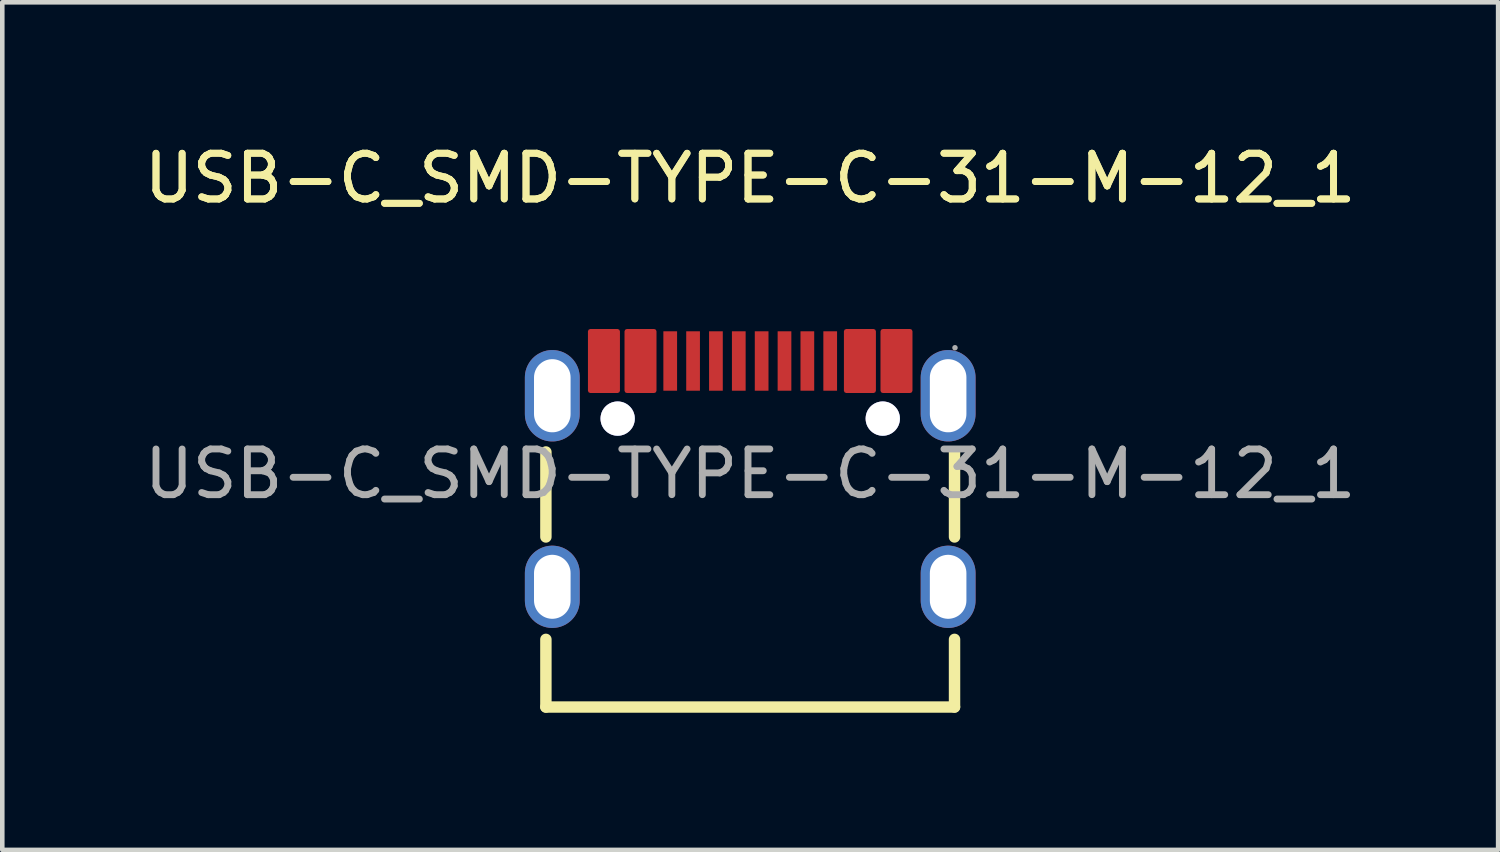
<source format=kicad_pcb>
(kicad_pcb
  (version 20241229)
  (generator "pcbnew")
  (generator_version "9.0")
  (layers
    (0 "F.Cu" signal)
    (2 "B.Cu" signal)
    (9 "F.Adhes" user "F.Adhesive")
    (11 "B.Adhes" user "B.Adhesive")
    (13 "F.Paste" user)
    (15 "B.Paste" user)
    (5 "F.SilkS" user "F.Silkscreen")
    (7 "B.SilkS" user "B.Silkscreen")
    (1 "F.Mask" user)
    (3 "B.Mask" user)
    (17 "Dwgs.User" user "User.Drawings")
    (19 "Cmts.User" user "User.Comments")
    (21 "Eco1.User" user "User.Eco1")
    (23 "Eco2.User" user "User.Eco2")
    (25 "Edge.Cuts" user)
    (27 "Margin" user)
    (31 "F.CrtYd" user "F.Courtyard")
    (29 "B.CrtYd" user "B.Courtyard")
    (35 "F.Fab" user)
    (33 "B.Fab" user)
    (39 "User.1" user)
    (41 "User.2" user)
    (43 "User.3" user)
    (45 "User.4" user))
  (footprint "USB-C_SMD-TYPE-C-31-M-12_1"
    (layer "F.Cu")
    (at 13.363 7.318)
    (property "Reference" "USB-C_SMD-TYPE-C-31-M-12_1" (at 0 -6.47 0) (layer "F.SilkS") (effects (font (size 1 1) (thickness 0.15))))
    (attr smd)
    (fp_line (start -4.47 1.38) (end -4.47 -0.48) (stroke (width 0.25) (type solid)) (layer "F.SilkS"))
    (fp_line (start -4.47 5.1) (end -4.47 3.62) (stroke (width 0.25) (type solid)) (layer "F.SilkS"))
    (fp_line (start 4.47 1.38) (end 4.47 -0.48) (stroke (width 0.25) (type solid)) (layer "F.SilkS"))
    (fp_line (start 4.47 5.1) (end -4.47 5.1) (stroke (width 0.25) (type solid)) (layer "F.SilkS"))
    (fp_line (start 4.47 5.1) (end 4.47 3.62) (stroke (width 0.25) (type solid)) (layer "F.SilkS"))
    (fp_circle (center -2.9 -1.21) (end -2.78 -1.21) (stroke (width 0.25) (type solid)) (fill no) (layer "Cmts.User"))
    (fp_circle (center 2.9 -1.21) (end 3.02 -1.21) (stroke (width 0.25) (type solid)) (fill no) (layer "Cmts.User"))
    (fp_circle (center 4.48 -2.76) (end 4.51 -2.76) (stroke (width 0.06) (type solid)) (fill no) (layer "F.Fab"))
    (fp_text user "${REFERENCE}" (at 0 -6.47 0) (layer "F.SilkS") (effects (font (size 1 1) (thickness 0.15))))
    (fp_text user "${REFERENCE}" (at 0 0 0) (layer "F.Fab") (effects (font (size 1 1) (thickness 0.15))))
    (pad "" thru_hole circle (at -2.9 -1.21) (size 0.75 0.75) (drill 0.75) (layers "*.Cu" "*.Mask"))
    (pad "" thru_hole circle (at 2.9 -1.21) (size 0.75 0.75) (drill 0.75) (layers "*.Cu" "*.Mask"))
    (pad "1" thru_hole oval (at 4.33 -1.71) (size 1.2 2) (drill oval 0.8 1.6) (layers "*.Cu" "*.Mask"))
    (pad "2" thru_hole oval (at 4.33 2.47) (size 1.2 1.8) (drill oval 0.8 1.4) (layers "*.Cu" "*.Mask"))
    (pad "3" thru_hole oval (at -4.33 2.47) (size 1.2 1.8) (drill oval 0.8 1.4) (layers "*.Cu" "*.Mask"))
    (pad "4" thru_hole oval (at -4.33 -1.71) (size 1.2 2) (drill oval 0.8 1.6) (layers "*.Cu" "*.Mask"))
    (pad "A1B12" smd custom (at -3.2 -2.47) (size 0.01 0.01) (layers "F.Cu" "F.Mask" "F.Paste") (options (anchor circle)) (primitives (gr_poly (pts (xy 0.3 0.65) (xy 0.3 -0.65) (xy 0 -0.65) (xy -0.3 -0.65) (xy -0.3 0.65) (xy 0 0.65) (xy 0.3 0.65)) (width 0.1) (fill yes))))
    (pad "A4B9" smd custom (at -2.4 -2.47) (size 0.01 0.01) (layers "F.Cu" "F.Mask" "F.Paste") (options (anchor circle)) (primitives (gr_poly (pts (xy 0.3 0.65) (xy 0.3 -0.65) (xy 0 -0.65) (xy -0.3 -0.65) (xy -0.3 0.65) (xy 0 0.65) (xy 0.3 0.65)) (width 0.1) (fill yes))))
    (pad "A5" smd rect (at -1.25 -2.47) (size 0.3 1.3) (layers "F.Cu" "F.Mask" "F.Paste"))
    (pad "A6" smd rect (at -0.25 -2.47) (size 0.3 1.3) (layers "F.Cu" "F.Mask" "F.Paste"))
    (pad "A7" smd rect (at 0.25 -2.47) (size 0.3 1.3) (layers "F.Cu" "F.Mask" "F.Paste"))
    (pad "A8" smd rect (at 1.25 -2.47) (size 0.3 1.3) (layers "F.Cu" "F.Mask" "F.Paste"))
    (pad "B1A12" smd custom (at 3.2 -2.47) (size 0.01 0.01) (layers "F.Cu" "F.Mask" "F.Paste") (options (anchor circle)) (primitives (gr_poly (pts (xy -0.3 -0.65) (xy -0.3 0.65) (xy -0.01 0.65) (xy 0 0.65) (xy 0.3 0.65) (xy 0.3 -0.65) (xy 0 -0.65) (xy -0.01 -0.65) (xy -0.3 -0.65)) (width 0.1) (fill yes))))
    (pad "B4A9" smd custom (at 2.4 -2.47) (size 0.01 0.01) (layers "F.Cu" "F.Mask" "F.Paste") (options (anchor circle)) (primitives (gr_poly (pts (xy 0.3 0.65) (xy 0.3 -0.65) (xy 0 -0.65) (xy -0.3 -0.65) (xy -0.3 0.65) (xy 0 0.65) (xy 0.3 0.65)) (width 0.1) (fill yes))))
    (pad "B5" smd rect (at 1.75 -2.47) (size 0.3 1.3) (layers "F.Cu" "F.Mask" "F.Paste"))
    (pad "B6" smd rect (at 0.75 -2.47) (size 0.3 1.3) (layers "F.Cu" "F.Mask" "F.Paste"))
    (pad "B7" smd rect (at -0.75 -2.47) (size 0.3 1.3) (layers "F.Cu" "F.Mask" "F.Paste"))
    (pad "B8" smd rect (at -1.75 -2.47) (size 0.3 1.3) (layers "F.Cu" "F.Mask" "F.Paste")))
  (gr_rect
    (start -3 -3)
    (end 29.726 15.543)
    (stroke (width 0.1) (type default))
    (fill no)
    (layer "Edge.Cuts")))
</source>
